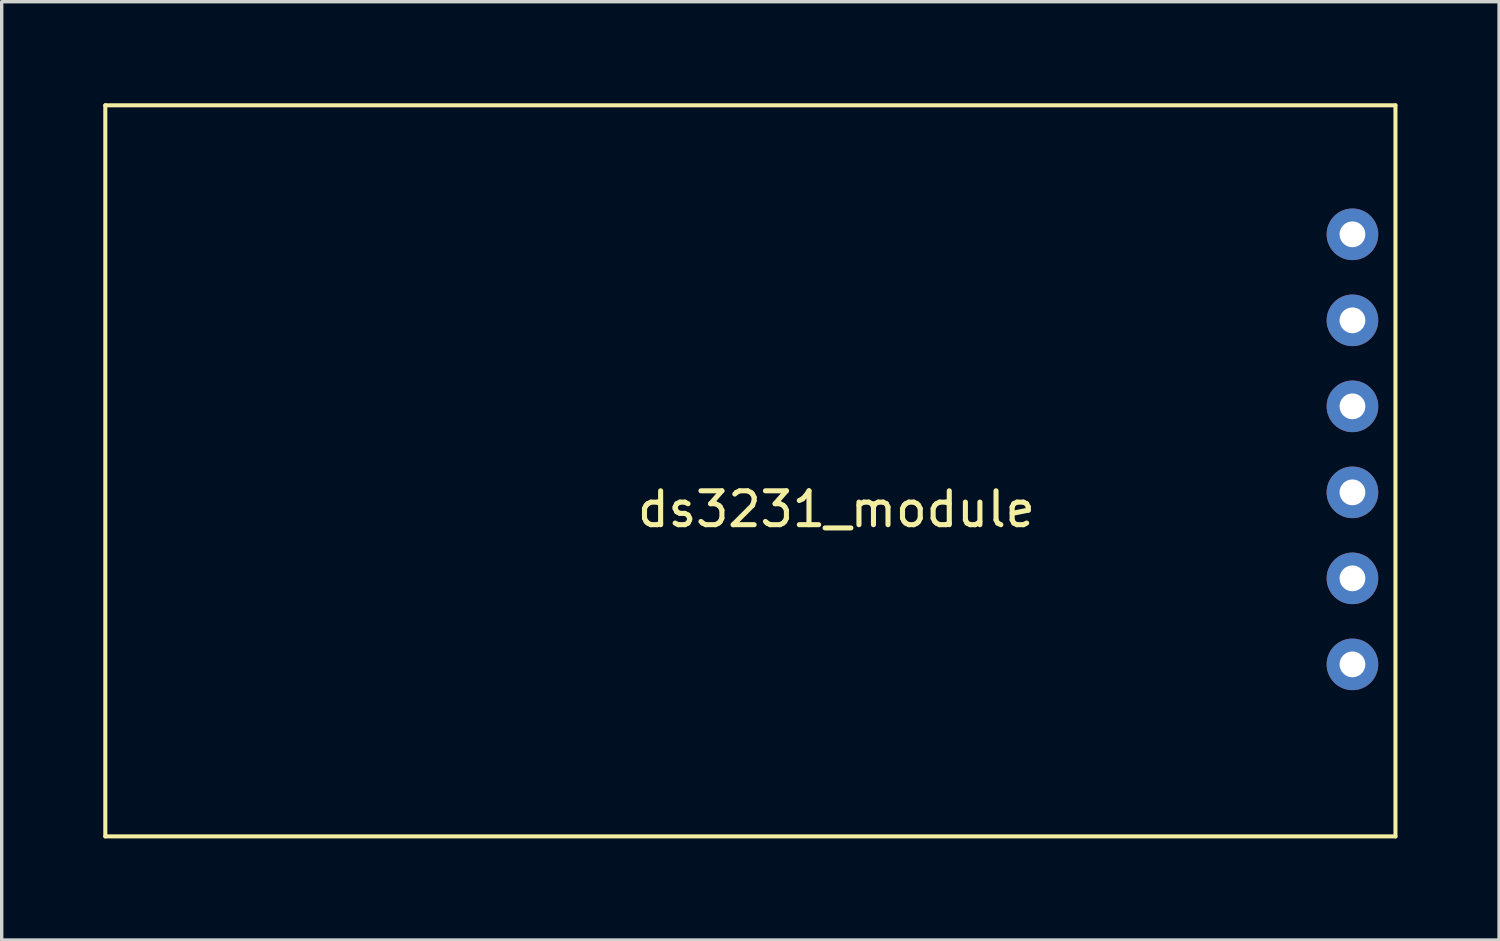
<source format=kicad_pcb>
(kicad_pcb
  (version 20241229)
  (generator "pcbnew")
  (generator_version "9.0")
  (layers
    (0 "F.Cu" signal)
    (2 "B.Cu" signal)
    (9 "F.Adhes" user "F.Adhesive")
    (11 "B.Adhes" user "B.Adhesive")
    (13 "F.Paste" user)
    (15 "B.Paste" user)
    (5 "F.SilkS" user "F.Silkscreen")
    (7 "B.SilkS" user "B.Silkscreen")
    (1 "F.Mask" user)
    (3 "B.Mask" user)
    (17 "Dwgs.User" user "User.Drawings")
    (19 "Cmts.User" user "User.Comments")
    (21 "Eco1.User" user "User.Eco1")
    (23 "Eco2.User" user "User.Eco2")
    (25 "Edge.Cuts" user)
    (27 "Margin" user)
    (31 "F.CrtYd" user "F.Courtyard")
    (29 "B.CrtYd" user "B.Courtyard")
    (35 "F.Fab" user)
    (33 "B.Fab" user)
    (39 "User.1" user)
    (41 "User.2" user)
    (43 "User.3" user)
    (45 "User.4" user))
  (footprint "ds3231_module"
    (layer "F.Cu")
    (at 21.65 11.49)
    (property "Reference" "ds3231_module" (at 0 0.5 0) (layer "F.SilkS") (effects (font (size 1 1) (thickness 0.15))))
    (attr through_hole)
    (fp_line (start -21.59 -11.43) (end 16.51 -11.43) (stroke (width 0.12) (type solid)) (layer "F.SilkS"))
    (fp_line (start -21.59 10.16) (end -21.59 -11.43) (stroke (width 0.12) (type solid)) (layer "F.SilkS"))
    (fp_line (start 16.51 -11.43) (end 16.51 10.16) (stroke (width 0.12) (type solid)) (layer "F.SilkS"))
    (fp_line (start 16.51 10.16) (end -21.59 10.16) (stroke (width 0.12) (type solid)) (layer "F.SilkS"))
    (pad "1" thru_hole circle (at 15.24 -7.62) (size 1.524 1.524) (drill 0.762) (layers "*.Cu" "*.Mask"))
    (pad "2" thru_hole circle (at 15.24 -5.08) (size 1.524 1.524) (drill 0.762) (layers "*.Cu" "*.Mask"))
    (pad "3" thru_hole circle (at 15.24 -2.54) (size 1.524 1.524) (drill 0.762) (layers "*.Cu" "*.Mask"))
    (pad "4" thru_hole circle (at 15.24 0) (size 1.524 1.524) (drill 0.762) (layers "*.Cu" "*.Mask"))
    (pad "5" thru_hole circle (at 15.24 2.54) (size 1.524 1.524) (drill 0.762) (layers "*.Cu" "*.Mask"))
    (pad "6" thru_hole circle (at 15.24 5.08) (size 1.524 1.524) (drill 0.762) (layers "*.Cu" "*.Mask")))
  (gr_rect
    (start -3 -3)
    (end 41.22 24.71)
    (stroke (width 0.1) (type default))
    (fill no)
    (layer "Edge.Cuts")))
</source>
